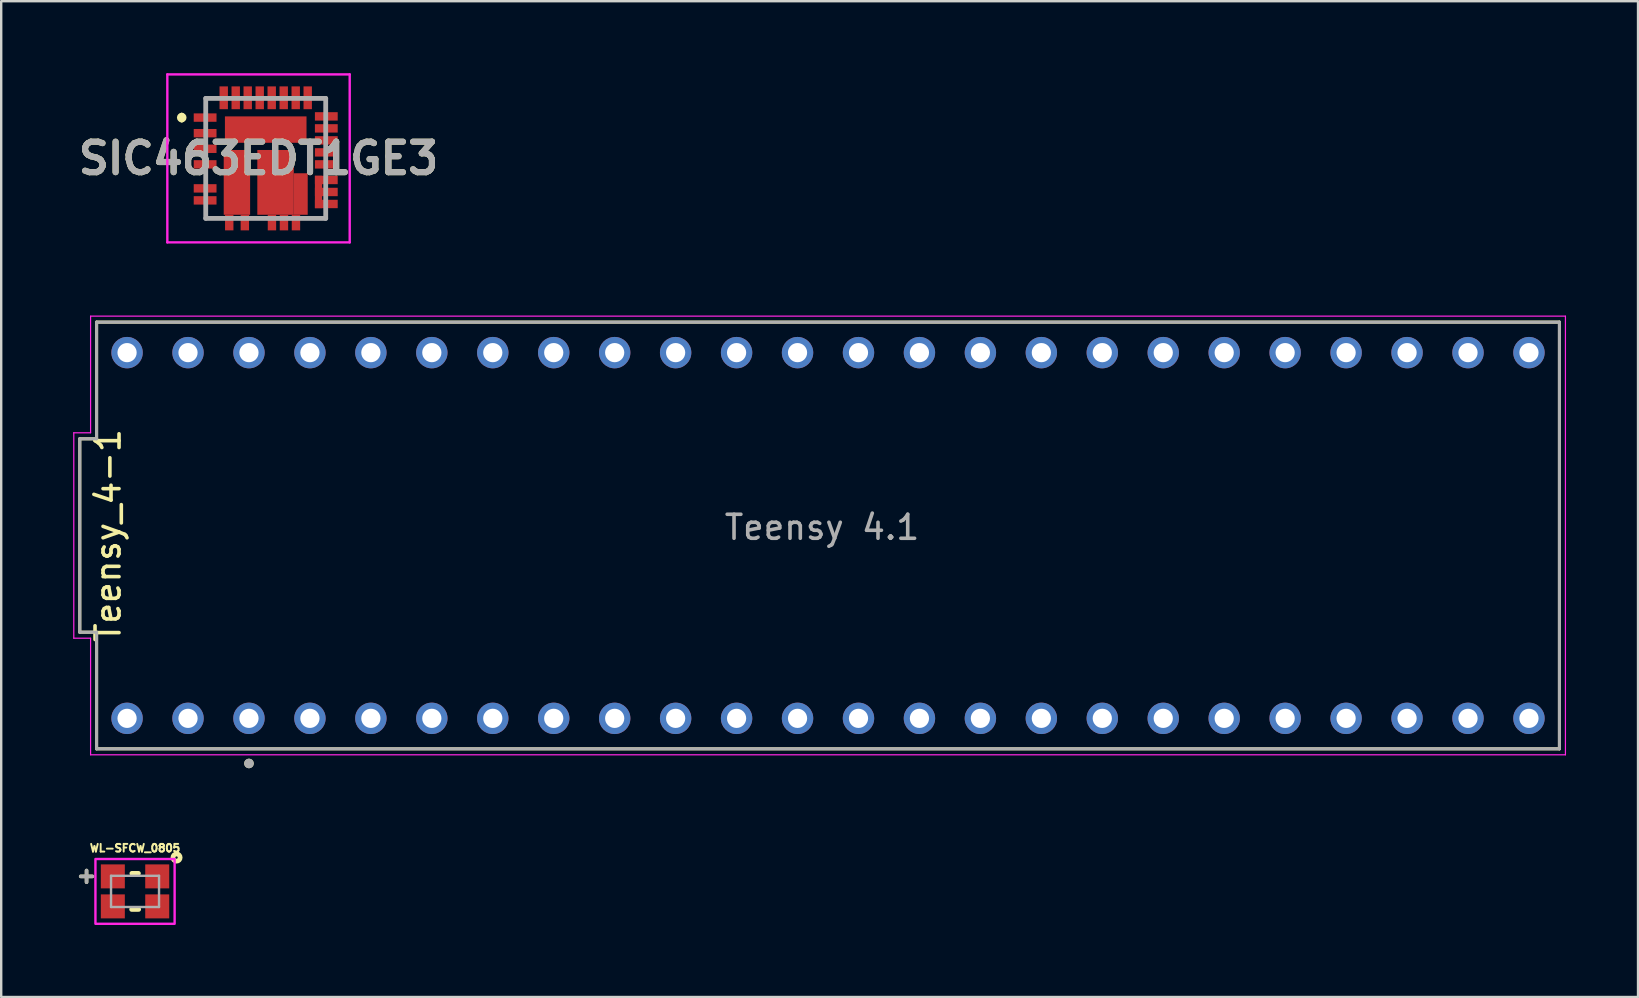
<source format=kicad_pcb>
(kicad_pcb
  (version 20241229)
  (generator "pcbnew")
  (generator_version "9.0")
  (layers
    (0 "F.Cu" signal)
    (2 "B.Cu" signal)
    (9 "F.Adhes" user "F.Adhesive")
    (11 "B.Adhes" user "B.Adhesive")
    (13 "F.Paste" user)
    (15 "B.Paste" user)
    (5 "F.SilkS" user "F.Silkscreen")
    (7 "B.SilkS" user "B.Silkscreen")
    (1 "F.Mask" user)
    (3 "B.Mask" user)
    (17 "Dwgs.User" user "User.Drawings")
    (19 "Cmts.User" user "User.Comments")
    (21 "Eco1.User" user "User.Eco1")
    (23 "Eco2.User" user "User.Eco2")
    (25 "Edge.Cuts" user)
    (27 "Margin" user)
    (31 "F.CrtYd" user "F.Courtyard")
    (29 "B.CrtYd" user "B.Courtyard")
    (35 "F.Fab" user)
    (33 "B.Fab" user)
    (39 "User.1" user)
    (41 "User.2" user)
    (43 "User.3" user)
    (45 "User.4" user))
  (footprint "Teensy_4-1"
    (layer "F.Cu")
    (at 31.455 19.265)
    (property "Reference" "Teensy_4-1" (at -30 0 90) (layer "F.SilkS") (effects (font (size 1 1) (thickness 0.15))))
    (attr through_hole)
    (fp_line (start -31.18 4.03) (end -31.18 -4.03) (stroke (width 0.127) (type solid)) (layer "F.SilkS"))
    (fp_line (start -30.48 -8.89) (end -30.48 -4.03) (stroke (width 0.127) (type solid)) (layer "F.SilkS"))
    (fp_line (start -30.48 -8.89) (end 30.48 -8.89) (stroke (width 0.127) (type solid)) (layer "F.SilkS"))
    (fp_line (start -30.48 -4.03) (end -31.18 -4.03) (stroke (width 0.127) (type solid)) (layer "F.SilkS"))
    (fp_line (start -30.48 4.03) (end -31.18 4.03) (stroke (width 0.127) (type solid)) (layer "F.SilkS"))
    (fp_line (start -30.48 8.89) (end -30.48 4.03) (stroke (width 0.127) (type solid)) (layer "F.SilkS"))
    (fp_line (start 30.48 -8.89) (end 30.48 8.89) (stroke (width 0.127) (type solid)) (layer "F.SilkS"))
    (fp_line (start 30.48 8.89) (end -30.48 8.89) (stroke (width 0.127) (type solid)) (layer "F.SilkS"))
    (fp_circle (center -24.13 9.5) (end -24.03 9.5) (stroke (width 0.2) (type solid)) (fill no) (layer "F.SilkS"))
    (fp_line (start -31.43 4.28) (end -31.43 -4.28) (stroke (width 0.05) (type solid)) (layer "F.CrtYd"))
    (fp_line (start -30.73 -9.14) (end -30.73 -4.28) (stroke (width 0.05) (type solid)) (layer "F.CrtYd"))
    (fp_line (start -30.73 -9.14) (end 30.73 -9.14) (stroke (width 0.05) (type solid)) (layer "F.CrtYd"))
    (fp_line (start -30.73 -4.28) (end -31.43 -4.28) (stroke (width 0.05) (type solid)) (layer "F.CrtYd"))
    (fp_line (start -30.73 4.28) (end -31.43 4.28) (stroke (width 0.05) (type solid)) (layer "F.CrtYd"))
    (fp_line (start -30.73 9.14) (end -30.73 4.28) (stroke (width 0.05) (type solid)) (layer "F.CrtYd"))
    (fp_line (start 30.73 -9.14) (end 30.73 9.14) (stroke (width 0.05) (type solid)) (layer "F.CrtYd"))
    (fp_line (start 30.73 9.14) (end -30.73 9.14) (stroke (width 0.05) (type solid)) (layer "F.CrtYd"))
    (fp_line (start -31.18 4.03) (end -31.18 -4.03) (stroke (width 0.127) (type solid)) (layer "F.Fab"))
    (fp_line (start -30.48 -8.89) (end -30.48 -4.03) (stroke (width 0.127) (type solid)) (layer "F.Fab"))
    (fp_line (start -30.48 -8.89) (end 30.48 -8.89) (stroke (width 0.127) (type solid)) (layer "F.Fab"))
    (fp_line (start -30.48 -4.03) (end -31.18 -4.03) (stroke (width 0.127) (type solid)) (layer "F.Fab"))
    (fp_line (start -30.48 4.03) (end -31.18 4.03) (stroke (width 0.127) (type solid)) (layer "F.Fab"))
    (fp_line (start -30.48 8.89) (end -30.48 4.03) (stroke (width 0.127) (type solid)) (layer "F.Fab"))
    (fp_line (start 30.48 -8.89) (end 30.48 8.89) (stroke (width 0.127) (type solid)) (layer "F.Fab"))
    (fp_line (start 30.48 8.89) (end -30.48 8.89) (stroke (width 0.127) (type solid)) (layer "F.Fab"))
    (fp_circle (center -24.13 9.5) (end -24.03 9.5) (stroke (width 0.2) (type solid)) (fill no) (layer "F.Fab"))
    (fp_text user "Teensy 4.1" (at -0.25 -0.34 0) (layer "F.Fab") (effects (font (size 1 1) (thickness 0.15))))
    (pad "0" thru_hole circle (at -26.67 7.62) (size 1.308 1.308) (drill 0.8) (layers "*.Cu" "*.Mask"))
    (pad "1" thru_hole circle (at -24.13 7.62) (size 1.308 1.308) (drill 0.8) (layers "*.Cu" "*.Mask"))
    (pad "2" thru_hole circle (at -21.59 7.62) (size 1.308 1.308) (drill 0.8) (layers "*.Cu" "*.Mask"))
    (pad "3" thru_hole circle (at -19.05 7.62) (size 1.308 1.308) (drill 0.8) (layers "*.Cu" "*.Mask"))
    (pad "3.3V_1" thru_hole circle (at 6.35 7.62) (size 1.308 1.308) (drill 0.8) (layers "*.Cu" "*.Mask"))
    (pad "3.3V_2" thru_hole circle (at -24.13 -7.62) (size 1.308 1.308) (drill 0.8) (layers "*.Cu" "*.Mask"))
    (pad "4" thru_hole circle (at -16.51 7.62) (size 1.308 1.308) (drill 0.8) (layers "*.Cu" "*.Mask"))
    (pad "5" thru_hole circle (at -13.97 7.62) (size 1.308 1.308) (drill 0.8) (layers "*.Cu" "*.Mask"))
    (pad "6" thru_hole circle (at -11.43 7.62) (size 1.308 1.308) (drill 0.8) (layers "*.Cu" "*.Mask"))
    (pad "7" thru_hole circle (at -8.89 7.62) (size 1.308 1.308) (drill 0.8) (layers "*.Cu" "*.Mask"))
    (pad "8" thru_hole circle (at -6.35 7.62) (size 1.308 1.308) (drill 0.8) (layers "*.Cu" "*.Mask"))
    (pad "9" thru_hole circle (at -3.81 7.62) (size 1.308 1.308) (drill 0.8) (layers "*.Cu" "*.Mask"))
    (pad "10" thru_hole circle (at -1.27 7.62) (size 1.308 1.308) (drill 0.8) (layers "*.Cu" "*.Mask"))
    (pad "11" thru_hole circle (at 1.27 7.62) (size 1.308 1.308) (drill 0.8) (layers "*.Cu" "*.Mask"))
    (pad "12" thru_hole circle (at 3.81 7.62) (size 1.308 1.308) (drill 0.8) (layers "*.Cu" "*.Mask"))
    (pad "13" thru_hole circle (at 3.81 -7.62) (size 1.308 1.308) (drill 0.8) (layers "*.Cu" "*.Mask"))
    (pad "14" thru_hole circle (at 1.27 -7.62) (size 1.308 1.308) (drill 0.8) (layers "*.Cu" "*.Mask"))
    (pad "15" thru_hole circle (at -1.27 -7.62) (size 1.308 1.308) (drill 0.8) (layers "*.Cu" "*.Mask"))
    (pad "16" thru_hole circle (at -3.81 -7.62) (size 1.308 1.308) (drill 0.8) (layers "*.Cu" "*.Mask"))
    (pad "17" thru_hole circle (at -6.35 -7.62) (size 1.308 1.308) (drill 0.8) (layers "*.Cu" "*.Mask"))
    (pad "18" thru_hole circle (at -8.89 -7.62) (size 1.308 1.308) (drill 0.8) (layers "*.Cu" "*.Mask"))
    (pad "19" thru_hole circle (at -11.43 -7.62) (size 1.308 1.308) (drill 0.8) (layers "*.Cu" "*.Mask"))
    (pad "20" thru_hole circle (at -13.97 -7.62) (size 1.308 1.308) (drill 0.8) (layers "*.Cu" "*.Mask"))
    (pad "21" thru_hole circle (at -16.51 -7.62) (size 1.308 1.308) (drill 0.8) (layers "*.Cu" "*.Mask"))
    (pad "22" thru_hole circle (at -19.05 -7.62) (size 1.308 1.308) (drill 0.8) (layers "*.Cu" "*.Mask"))
    (pad "23" thru_hole circle (at -21.59 -7.62) (size 1.308 1.308) (drill 0.8) (layers "*.Cu" "*.Mask"))
    (pad "24" thru_hole circle (at 8.89 7.62) (size 1.308 1.308) (drill 0.8) (layers "*.Cu" "*.Mask"))
    (pad "25" thru_hole circle (at 11.43 7.62) (size 1.308 1.308) (drill 0.8) (layers "*.Cu" "*.Mask"))
    (pad "26" thru_hole circle (at 13.97 7.62) (size 1.308 1.308) (drill 0.8) (layers "*.Cu" "*.Mask"))
    (pad "27" thru_hole circle (at 16.51 7.62) (size 1.308 1.308) (drill 0.8) (layers "*.Cu" "*.Mask"))
    (pad "28" thru_hole circle (at 19.05 7.62) (size 1.308 1.308) (drill 0.8) (layers "*.Cu" "*.Mask"))
    (pad "29" thru_hole circle (at 21.59 7.62) (size 1.308 1.308) (drill 0.8) (layers "*.Cu" "*.Mask"))
    (pad "30" thru_hole circle (at 24.13 7.62) (size 1.308 1.308) (drill 0.8) (layers "*.Cu" "*.Mask"))
    (pad "31" thru_hole circle (at 26.67 7.62) (size 1.308 1.308) (drill 0.8) (layers "*.Cu" "*.Mask"))
    (pad "32" thru_hole circle (at 29.21 7.62) (size 1.308 1.308) (drill 0.8) (layers "*.Cu" "*.Mask"))
    (pad "33" thru_hole circle (at 29.21 -7.62) (size 1.308 1.308) (drill 0.8) (layers "*.Cu" "*.Mask"))
    (pad "34" thru_hole circle (at 26.67 -7.62) (size 1.308 1.308) (drill 0.8) (layers "*.Cu" "*.Mask"))
    (pad "35" thru_hole circle (at 24.13 -7.62) (size 1.308 1.308) (drill 0.8) (layers "*.Cu" "*.Mask"))
    (pad "36" thru_hole circle (at 21.59 -7.62) (size 1.308 1.308) (drill 0.8) (layers "*.Cu" "*.Mask"))
    (pad "37" thru_hole circle (at 19.05 -7.62) (size 1.308 1.308) (drill 0.8) (layers "*.Cu" "*.Mask"))
    (pad "38" thru_hole circle (at 16.51 -7.62) (size 1.308 1.308) (drill 0.8) (layers "*.Cu" "*.Mask"))
    (pad "39" thru_hole circle (at 13.97 -7.62) (size 1.308 1.308) (drill 0.8) (layers "*.Cu" "*.Mask"))
    (pad "40" thru_hole circle (at 11.43 -7.62) (size 1.308 1.308) (drill 0.8) (layers "*.Cu" "*.Mask"))
    (pad "41" thru_hole circle (at 8.89 -7.62) (size 1.308 1.308) (drill 0.8) (layers "*.Cu" "*.Mask"))
    (pad "GND1" thru_hole circle (at -29.21 7.62) (size 1.308 1.308) (drill 0.8) (layers "*.Cu" "*.Mask"))
    (pad "GND2" thru_hole circle (at 6.35 -7.62) (size 1.308 1.308) (drill 0.8) (layers "*.Cu" "*.Mask"))
    (pad "GND3" thru_hole circle (at -26.67 -7.62) (size 1.308 1.308) (drill 0.8) (layers "*.Cu" "*.Mask"))
    (pad "VIN" thru_hole circle (at -29.21 -7.62) (size 1.308 1.308) (drill 0.8) (layers "*.Cu" "*.Mask")))
  (footprint "SIC463EDT1GE3"
    (layer "F.Cu")
    (at 8.023 3.55)
    (property "Reference" "SIC463EDT1GE3" (at -0.3 0 0) (layer "F.SilkS") (effects (font (size 1.27 1.27) (thickness 0.254))))
    (attr smd)
    (fp_line (start -3.5 -1.8) (end -3.5 -1.8) (stroke (width 0.2) (type solid)) (layer "F.SilkS"))
    (fp_line (start -3.5 -1.6) (end -3.5 -1.6) (stroke (width 0.2) (type solid)) (layer "F.SilkS"))
    (fp_line (start -2.5 -2.5) (end -2.5 -2.2) (stroke (width 0.1) (type solid)) (layer "F.SilkS"))
    (fp_line (start -2.5 0.7) (end -2.5 0.8) (stroke (width 0.1) (type solid)) (layer "F.SilkS"))
    (fp_line (start -2.5 2.5) (end -2.5 2.3) (stroke (width 0.1) (type solid)) (layer "F.SilkS"))
    (fp_line (start -2.2 -2.5) (end -2.5 -2.5) (stroke (width 0.1) (type solid)) (layer "F.SilkS"))
    (fp_line (start -2 2.5) (end -2.5 2.5) (stroke (width 0.1) (type solid)) (layer "F.SilkS"))
    (fp_line (start 2 2.5) (end 2.5 2.5) (stroke (width 0.1) (type solid)) (layer "F.SilkS"))
    (fp_line (start 2.5 -2.5) (end 2.2 -2.5) (stroke (width 0.1) (type solid)) (layer "F.SilkS"))
    (fp_line (start 2.5 -2.2) (end 2.5 -2.5) (stroke (width 0.1) (type solid)) (layer "F.SilkS"))
    (fp_line (start 2.5 2.5) (end 2.5 2.3) (stroke (width 0.1) (type solid)) (layer "F.SilkS"))
    (fp_arc (start -3.5 -1.8) (mid -3.4 -1.7) (end -3.5 -1.6) (stroke (width 0.2) (type solid)) (layer "F.SilkS"))
    (fp_arc (start -3.5 -1.6) (mid -3.6 -1.7) (end -3.5 -1.8) (stroke (width 0.2) (type solid)) (layer "F.SilkS"))
    (fp_line (start -4.1 -3.5) (end 3.5 -3.5) (stroke (width 0.1) (type solid)) (layer "F.CrtYd"))
    (fp_line (start -4.1 3.5) (end -4.1 -3.5) (stroke (width 0.1) (type solid)) (layer "F.CrtYd"))
    (fp_line (start 3.5 -3.5) (end 3.5 3.5) (stroke (width 0.1) (type solid)) (layer "F.CrtYd"))
    (fp_line (start 3.5 3.5) (end -4.1 3.5) (stroke (width 0.1) (type solid)) (layer "F.CrtYd"))
    (fp_line (start -2.5 -2.5) (end 2.5 -2.5) (stroke (width 0.2) (type solid)) (layer "F.Fab"))
    (fp_line (start -2.5 2.5) (end -2.5 -2.5) (stroke (width 0.2) (type solid)) (layer "F.Fab"))
    (fp_line (start 2.5 -2.5) (end 2.5 2.5) (stroke (width 0.2) (type solid)) (layer "F.Fab"))
    (fp_line (start 2.5 2.5) (end -2.5 2.5) (stroke (width 0.2) (type solid)) (layer "F.Fab"))
    (fp_text user "${REFERENCE}" (at -0.3 0 0) (layer "F.Fab") (effects (font (size 1.27 1.27) (thickness 0.254))))
    (pad "1" smd rect (at -2.525 -1.7 90) (size 0.35 0.95) (layers "F.Cu" "F.Mask" "F.Paste"))
    (pad "2" smd rect (at -2.525 -1.05 90) (size 0.35 0.95) (layers "F.Cu" "F.Mask" "F.Paste"))
    (pad "3" smd rect (at -2.525 -0.4 90) (size 0.35 0.95) (layers "F.Cu" "F.Mask" "F.Paste"))
    (pad "4" smd rect (at -2.525 0.25 90) (size 0.35 0.95) (layers "F.Cu" "F.Mask" "F.Paste"))
    (pad "5" smd rect (at -2.525 1.25 90) (size 0.35 0.95) (layers "F.Cu" "F.Mask" "F.Paste"))
    (pad "6" smd rect (at -2.525 1.75 90) (size 0.35 0.95) (layers "F.Cu" "F.Mask" "F.Paste"))
    (pad "7" smd rect (at -1.52 2.675) (size 0.35 0.65) (layers "F.Cu" "F.Mask" "F.Paste"))
    (pad "8" smd rect (at -0.87 2.675) (size 0.35 0.65) (layers "F.Cu" "F.Mask" "F.Paste"))
    (pad "9" smd rect (at 0.26 2.675) (size 0.35 0.65) (layers "F.Cu" "F.Mask" "F.Paste"))
    (pad "10" smd rect (at 0.76 2.675) (size 0.35 0.65) (layers "F.Cu" "F.Mask" "F.Paste"))
    (pad "11" smd rect (at 1.26 2.675) (size 0.35 0.65) (layers "F.Cu" "F.Mask" "F.Paste"))
    (pad "12" smd rect (at 2.525 1.9 90) (size 0.35 0.95) (layers "F.Cu" "F.Mask" "F.Paste"))
    (pad "13" smd rect (at 2.525 1.4 90) (size 0.35 0.95) (layers "F.Cu" "F.Mask" "F.Paste"))
    (pad "14" smd rect (at 2.525 0.9 90) (size 0.35 0.95) (layers "F.Cu" "F.Mask" "F.Paste"))
    (pad "15" smd rect (at 2.525 0.25 90) (size 0.35 0.95) (layers "F.Cu" "F.Mask" "F.Paste"))
    (pad "16" smd rect (at 2.525 -0.25 90) (size 0.35 0.95) (layers "F.Cu" "F.Mask" "F.Paste"))
    (pad "17" smd rect (at 2.525 -0.75 90) (size 0.35 0.95) (layers "F.Cu" "F.Mask" "F.Paste"))
    (pad "18" smd rect (at 2.525 -1.25 90) (size 0.35 0.95) (layers "F.Cu" "F.Mask" "F.Paste"))
    (pad "19" smd rect (at 2.525 -1.75 90) (size 0.35 0.95) (layers "F.Cu" "F.Mask" "F.Paste"))
    (pad "20" smd rect (at 1.75 -2.525) (size 0.35 0.95) (layers "F.Cu" "F.Mask" "F.Paste"))
    (pad "21" smd rect (at 1.25 -2.525) (size 0.35 0.95) (layers "F.Cu" "F.Mask" "F.Paste"))
    (pad "22" smd rect (at 0.75 -2.525) (size 0.35 0.95) (layers "F.Cu" "F.Mask" "F.Paste"))
    (pad "23" smd rect (at 0.25 -2.525) (size 0.35 0.95) (layers "F.Cu" "F.Mask" "F.Paste"))
    (pad "24" smd rect (at -0.25 -2.525) (size 0.35 0.95) (layers "F.Cu" "F.Mask" "F.Paste"))
    (pad "25" smd rect (at -0.75 -2.525) (size 0.35 0.95) (layers "F.Cu" "F.Mask" "F.Paste"))
    (pad "26" smd rect (at -1.25 -2.525) (size 0.35 0.95) (layers "F.Cu" "F.Mask" "F.Paste"))
    (pad "27" smd rect (at -1.75 -2.525) (size 0.35 0.95) (layers "F.Cu" "F.Mask" "F.Paste"))
    (pad "28" smd rect (at 0 -1.2 90) (size 1.1 3.4) (layers "F.Cu" "F.Mask" "F.Paste"))
    (pad "29" smd rect (at -1.2 1) (size 1.1 2.7) (layers "F.Cu" "F.Mask" "F.Paste"))
    (pad "30" smd rect (at 0.41 1) (size 1.52 2.7) (layers "F.Cu" "F.Mask" "F.Paste"))
    (pad "A12" smd rect (at 2.2 1.4) (size 0.3 1.35) (layers "F.Cu" "F.Mask" "F.Paste"))
    (pad "A30" smd rect (at 1.46 1.485) (size 0.58 1.73) (layers "F.Cu" "F.Mask" "F.Paste")))
  (footprint "WL-SFCW_0805"
    (layer "F.Cu")
    (at 2.577 34.096)
    (property "Reference" "WL-SFCW_0805" (at 0 -1.803 0) (layer "F.SilkS") (effects (font (size 0.32 0.32) (thickness 0.15))))
    (attr through_hole)
    (fp_line (start 0.14 -0.75) (end -0.13 -0.75) (stroke (width 0.2) (type solid)) (layer "F.SilkS"))
    (fp_line (start 0.15 0.75) (end -0.14 0.75) (stroke (width 0.2) (type solid)) (layer "F.SilkS"))
    (fp_circle (center 1.73 -1.41) (end 1.78 -1.41) (stroke (width 0.2) (type solid)) (fill no) (layer "F.SilkS"))
    (fp_poly (pts (xy -1.65 -1.35) (xy 1.65 -1.35) (xy 1.65 1.35) (xy -1.65 1.35)) (stroke (width 0.1) (type solid)) (fill no) (layer "F.CrtYd"))
    (fp_line (start -1 -0.65) (end 1 -0.65) (stroke (width 0.1) (type solid)) (layer "F.Fab"))
    (fp_line (start -1 0.65) (end -1 -0.65) (stroke (width 0.1) (type solid)) (layer "F.Fab"))
    (fp_line (start 1 -0.65) (end 1 0.65) (stroke (width 0.1) (type solid)) (layer "F.Fab"))
    (fp_line (start 1 0.65) (end -1 0.65) (stroke (width 0.1) (type solid)) (layer "F.Fab"))
    (fp_text user "+" (at -2.02 -0.67 0) (layer "F.SilkS") (effects (font (size 0.64 0.64) (thickness 0.15))))
    (fp_text user "+" (at -2.02 -0.67 0) (layer "F.Fab") (effects (font (size 0.64 0.64) (thickness 0.15))))
    (pad "1" smd rect (at 0.925 -0.625) (size 1 1) (layers "F.Cu" "F.Mask" "F.Paste"))
    (pad "2" smd rect (at 0.925 0.625) (size 1 1) (layers "F.Cu" "F.Mask" "F.Paste"))
    (pad "3" smd rect (at -0.925 0.625) (size 1 1) (layers "F.Cu" "F.Mask" "F.Paste"))
    (pad "4" smd rect (at -0.925 -0.625) (size 1 1) (layers "F.Cu" "F.Mask" "F.Paste")))
  (gr_rect
    (start -3 -3)
    (end 65.21 38.496)
    (stroke (width 0.1) (type default))
    (fill no)
    (layer "Edge.Cuts")))
</source>
